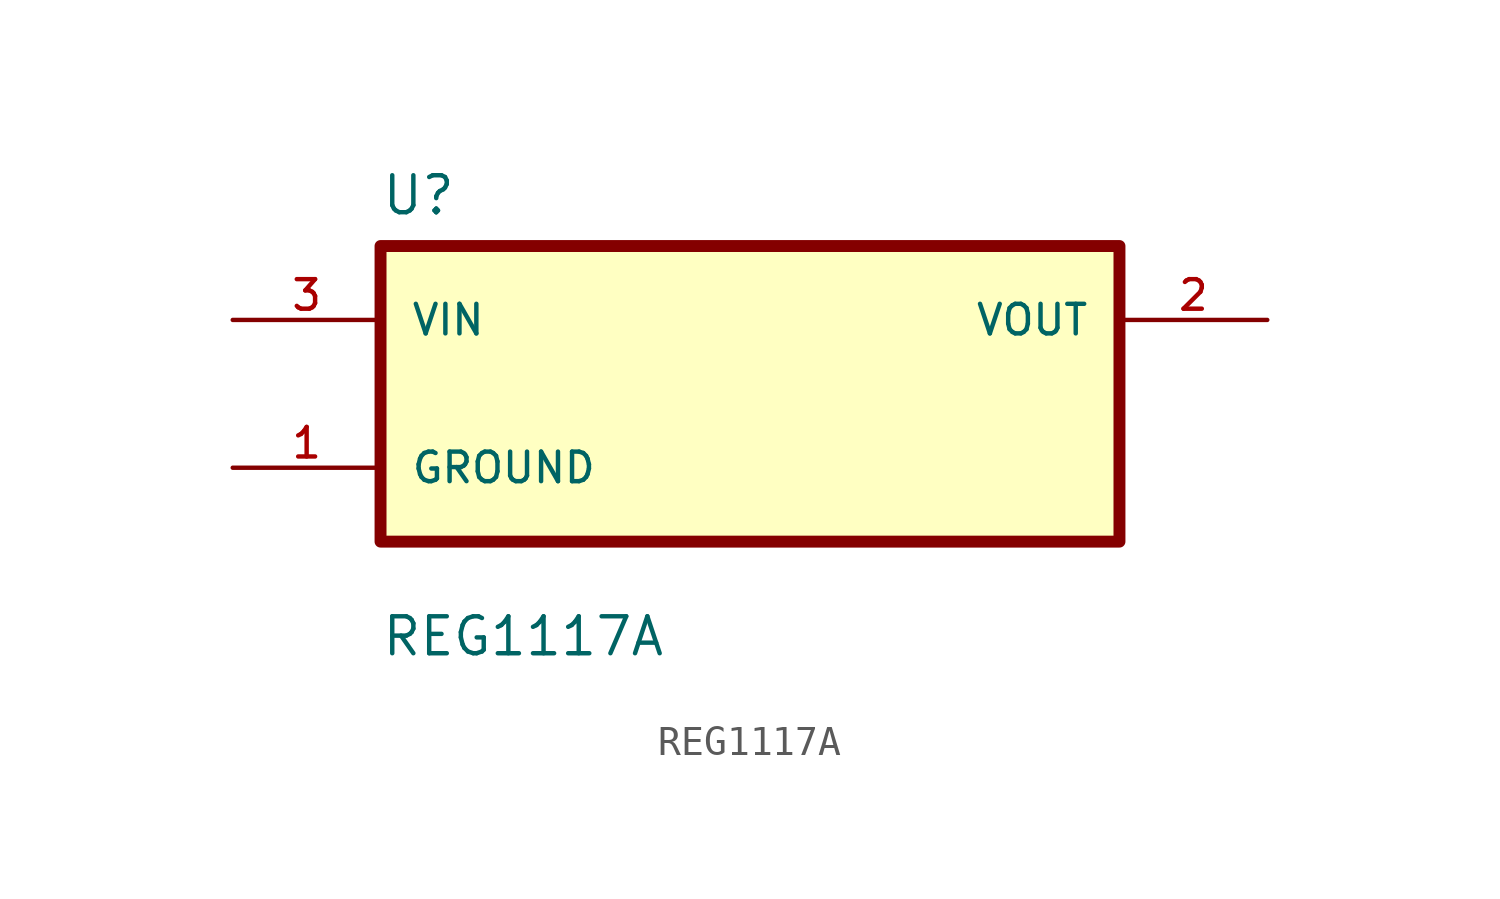
<source format=kicad_sym>
(kicad_symbol_lib
  (version 20211014)
  (generator kicad_symbol_editor)
  (symbol "REG1117A"
    (pin_names
      (offset 1.016))
    (property "Reference" "U"
      (at -12.7 6.08 0.0)
      (effects (font (size 1.27 1.27)) (justify bottom left)))
    (property "Value" "REG1117A"
      (at -12.7 -9.08 0.0)
      (effects (font (size 1.27 1.27)) (justify bottom left)))
    (symbol "REG1117A_0_0"
      (rectangle (start -12.7 -5.08) (end 12.7 5.08) (stroke (width 0.41)) (fill (type background)))
      (pin input line (at -17.78 2.54 0) (length 5.08) (name "VIN" (effects (font (size 1.016 1.016)))) (number "3" (effects (font (size 1.016 1.016)))))
      (pin bidirectional line (at -17.78 -2.54 0) (length 5.08) (name "GROUND" (effects (font (size 1.016 1.016)))) (number "1" (effects (font (size 1.016 1.016)))))
      (pin output line (at 17.78 2.54 180.0) (length 5.08) (name "VOUT" (effects (font (size 1.016 1.016)))) (number "2" (effects (font (size 1.016 1.016)))))
      (pin output line (at 17.78 2.54 180.0) (length 5.08) hide (name "VOUT" (effects (font (size 1.016 1.016)))) (number "4" (effects (font (size 1.016 1.016))))))))
</source>
